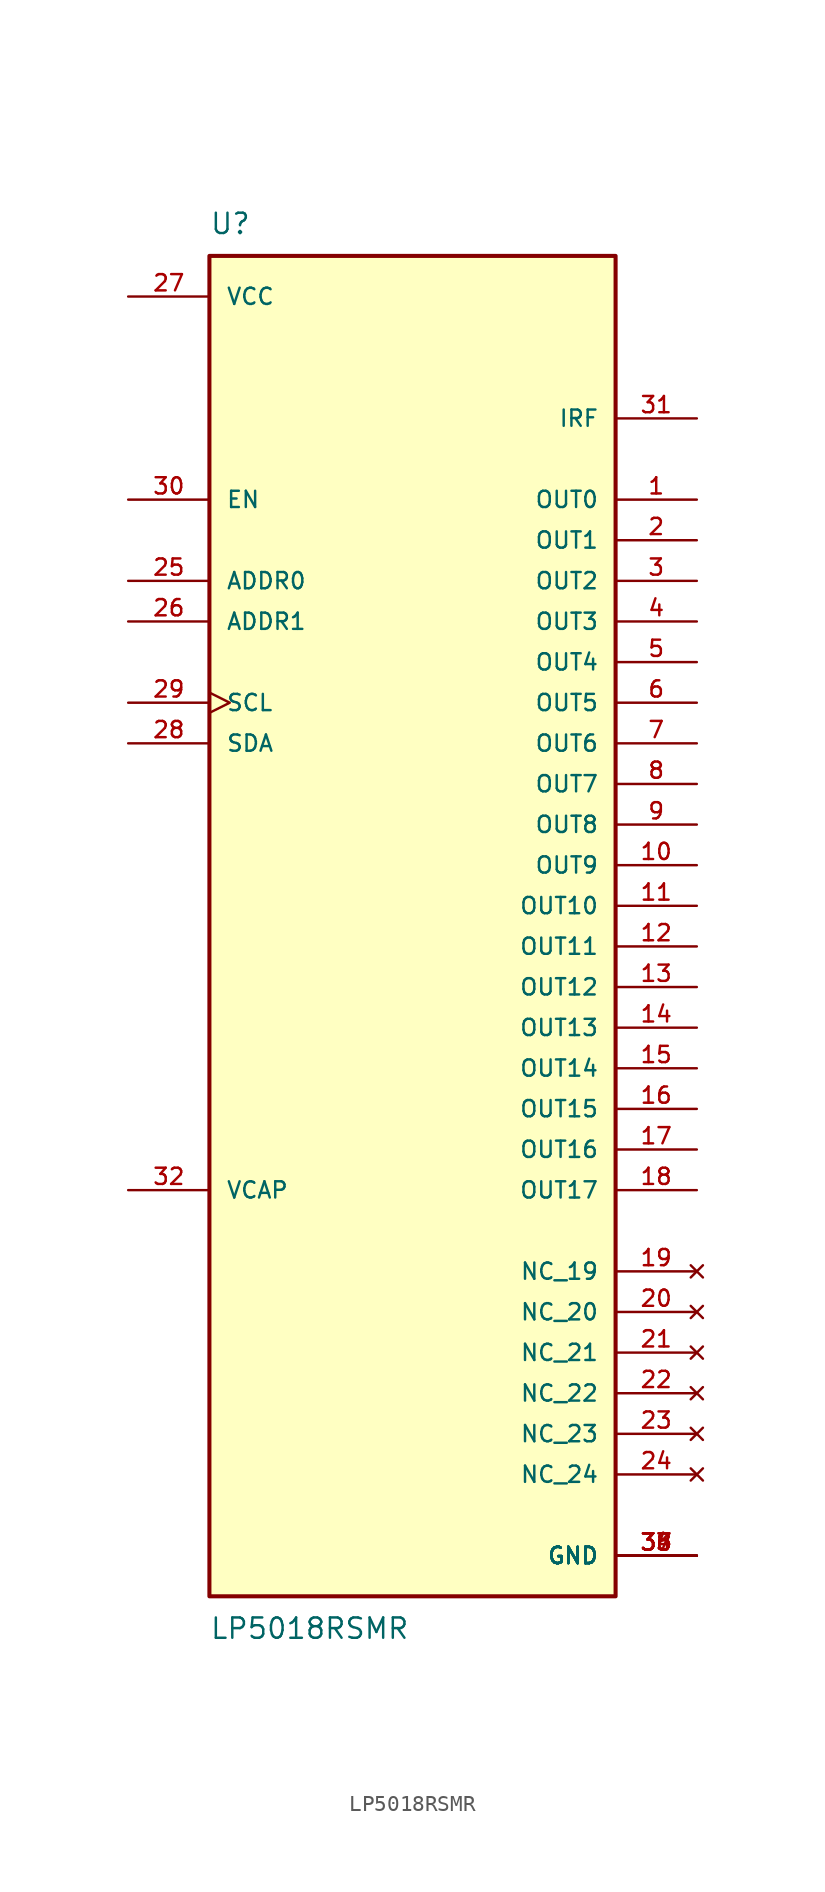
<source format=kicad_sym>
(kicad_symbol_lib
  (version 20211014)
  (generator kicad_symbol_editor)
  (symbol "LP5018RSMR"
    (pin_names
      (offset 1.016))
    (property "Reference" "U"
      (at -12.7 41.91 0)
      (effects (font (size 1.27 1.27)) (justify bottom left)))
    (property "Value" "LP5018RSMR"
      (at -12.7 -44.45 0)
      (effects (font (size 1.27 1.27)) (justify top left)))
    (symbol "LP5018RSMR_0_0"
      (rectangle (start -12.7 -43.18) (end 12.7 40.64) (stroke (width 0.254)) (fill (type background)))
      (pin output line (at 17.78 25.4 180.0) (length 5.08) (name "OUT0" (effects (font (size 1.016 1.016)))) (number "1" (effects (font (size 1.016 1.016)))))
      (pin output line (at 17.78 22.86 180.0) (length 5.08) (name "OUT1" (effects (font (size 1.016 1.016)))) (number "2" (effects (font (size 1.016 1.016)))))
      (pin output line (at 17.78 20.32 180.0) (length 5.08) (name "OUT2" (effects (font (size 1.016 1.016)))) (number "3" (effects (font (size 1.016 1.016)))))
      (pin output line (at 17.78 17.78 180.0) (length 5.08) (name "OUT3" (effects (font (size 1.016 1.016)))) (number "4" (effects (font (size 1.016 1.016)))))
      (pin output line (at 17.78 15.24 180.0) (length 5.08) (name "OUT4" (effects (font (size 1.016 1.016)))) (number "5" (effects (font (size 1.016 1.016)))))
      (pin output line (at 17.78 12.7 180.0) (length 5.08) (name "OUT5" (effects (font (size 1.016 1.016)))) (number "6" (effects (font (size 1.016 1.016)))))
      (pin output line (at 17.78 10.16 180.0) (length 5.08) (name "OUT6" (effects (font (size 1.016 1.016)))) (number "7" (effects (font (size 1.016 1.016)))))
      (pin output line (at 17.78 7.62 180.0) (length 5.08) (name "OUT7" (effects (font (size 1.016 1.016)))) (number "8" (effects (font (size 1.016 1.016)))))
      (pin output line (at 17.78 5.08 180.0) (length 5.08) (name "OUT8" (effects (font (size 1.016 1.016)))) (number "9" (effects (font (size 1.016 1.016)))))
      (pin output line (at 17.78 2.54 180.0) (length 5.08) (name "OUT9" (effects (font (size 1.016 1.016)))) (number "10" (effects (font (size 1.016 1.016)))))
      (pin output line (at 17.78 0.0 180.0) (length 5.08) (name "OUT10" (effects (font (size 1.016 1.016)))) (number "11" (effects (font (size 1.016 1.016)))))
      (pin output line (at 17.78 -2.54 180.0) (length 5.08) (name "OUT11" (effects (font (size 1.016 1.016)))) (number "12" (effects (font (size 1.016 1.016)))))
      (pin output line (at 17.78 -5.08 180.0) (length 5.08) (name "OUT12" (effects (font (size 1.016 1.016)))) (number "13" (effects (font (size 1.016 1.016)))))
      (pin output line (at 17.78 -7.62 180.0) (length 5.08) (name "OUT13" (effects (font (size 1.016 1.016)))) (number "14" (effects (font (size 1.016 1.016)))))
      (pin output line (at 17.78 -10.16 180.0) (length 5.08) (name "OUT14" (effects (font (size 1.016 1.016)))) (number "15" (effects (font (size 1.016 1.016)))))
      (pin output line (at 17.78 -12.7 180.0) (length 5.08) (name "OUT15" (effects (font (size 1.016 1.016)))) (number "16" (effects (font (size 1.016 1.016)))))
      (pin output line (at 17.78 -15.24 180.0) (length 5.08) (name "OUT16" (effects (font (size 1.016 1.016)))) (number "17" (effects (font (size 1.016 1.016)))))
      (pin output line (at 17.78 -17.78 180.0) (length 5.08) (name "OUT17" (effects (font (size 1.016 1.016)))) (number "18" (effects (font (size 1.016 1.016)))))
      (pin input clock (at -17.78 12.7 0) (length 5.08) (name "SCL" (effects (font (size 1.016 1.016)))) (number "29" (effects (font (size 1.016 1.016)))))
      (pin bidirectional line (at -17.78 10.16 0) (length 5.08) (name "SDA" (effects (font (size 1.016 1.016)))) (number "28" (effects (font (size 1.016 1.016)))))
      (pin passive line (at -17.78 -17.78 0) (length 5.08) (name "VCAP" (effects (font (size 1.016 1.016)))) (number "32" (effects (font (size 1.016 1.016)))))
      (pin power_in line (at -17.78 38.1 0) (length 5.08) (name "VCC" (effects (font (size 1.016 1.016)))) (number "27" (effects (font (size 1.016 1.016)))))
      (pin power_in line (at 17.78 -40.64 180.0) (length 5.08) (name "GND" (effects (font (size 1.016 1.016)))) (number "33" (effects (font (size 1.016 1.016)))))
      (pin power_in line (at 17.78 -40.64 180.0) (length 5.08) (name "GND" (effects (font (size 1.016 1.016)))) (number "34" (effects (font (size 1.016 1.016)))))
      (pin power_in line (at 17.78 -40.64 180.0) (length 5.08) (name "GND" (effects (font (size 1.016 1.016)))) (number "35" (effects (font (size 1.016 1.016)))))
      (pin power_in line (at 17.78 -40.64 180.0) (length 5.08) (name "GND" (effects (font (size 1.016 1.016)))) (number "36" (effects (font (size 1.016 1.016)))))
      (pin power_in line (at 17.78 -40.64 180.0) (length 5.08) (name "GND" (effects (font (size 1.016 1.016)))) (number "37" (effects (font (size 1.016 1.016)))))
      (pin power_in line (at 17.78 -40.64 180.0) (length 5.08) (name "GND" (effects (font (size 1.016 1.016)))) (number "38" (effects (font (size 1.016 1.016)))))
      (pin input line (at -17.78 20.32 0) (length 5.08) (name "ADDR0" (effects (font (size 1.016 1.016)))) (number "25" (effects (font (size 1.016 1.016)))))
      (pin input line (at -17.78 17.78 0) (length 5.08) (name "ADDR1" (effects (font (size 1.016 1.016)))) (number "26" (effects (font (size 1.016 1.016)))))
      (pin input line (at -17.78 25.4 0) (length 5.08) (name "EN" (effects (font (size 1.016 1.016)))) (number "30" (effects (font (size 1.016 1.016)))))
      (pin output line (at 17.78 30.48 180.0) (length 5.08) (name "IRF" (effects (font (size 1.016 1.016)))) (number "31" (effects (font (size 1.016 1.016)))))
      (pin no_connect line (at 17.78 -22.86 180.0) (length 5.08) (name "NC_19" (effects (font (size 1.016 1.016)))) (number "19" (effects (font (size 1.016 1.016)))))
      (pin no_connect line (at 17.78 -25.4 180.0) (length 5.08) (name "NC_20" (effects (font (size 1.016 1.016)))) (number "20" (effects (font (size 1.016 1.016)))))
      (pin no_connect line (at 17.78 -27.94 180.0) (length 5.08) (name "NC_21" (effects (font (size 1.016 1.016)))) (number "21" (effects (font (size 1.016 1.016)))))
      (pin no_connect line (at 17.78 -30.48 180.0) (length 5.08) (name "NC_22" (effects (font (size 1.016 1.016)))) (number "22" (effects (font (size 1.016 1.016)))))
      (pin no_connect line (at 17.78 -33.02 180.0) (length 5.08) (name "NC_23" (effects (font (size 1.016 1.016)))) (number "23" (effects (font (size 1.016 1.016)))))
      (pin no_connect line (at 17.78 -35.56 180.0) (length 5.08) (name "NC_24" (effects (font (size 1.016 1.016)))) (number "24" (effects (font (size 1.016 1.016))))))))
</source>
